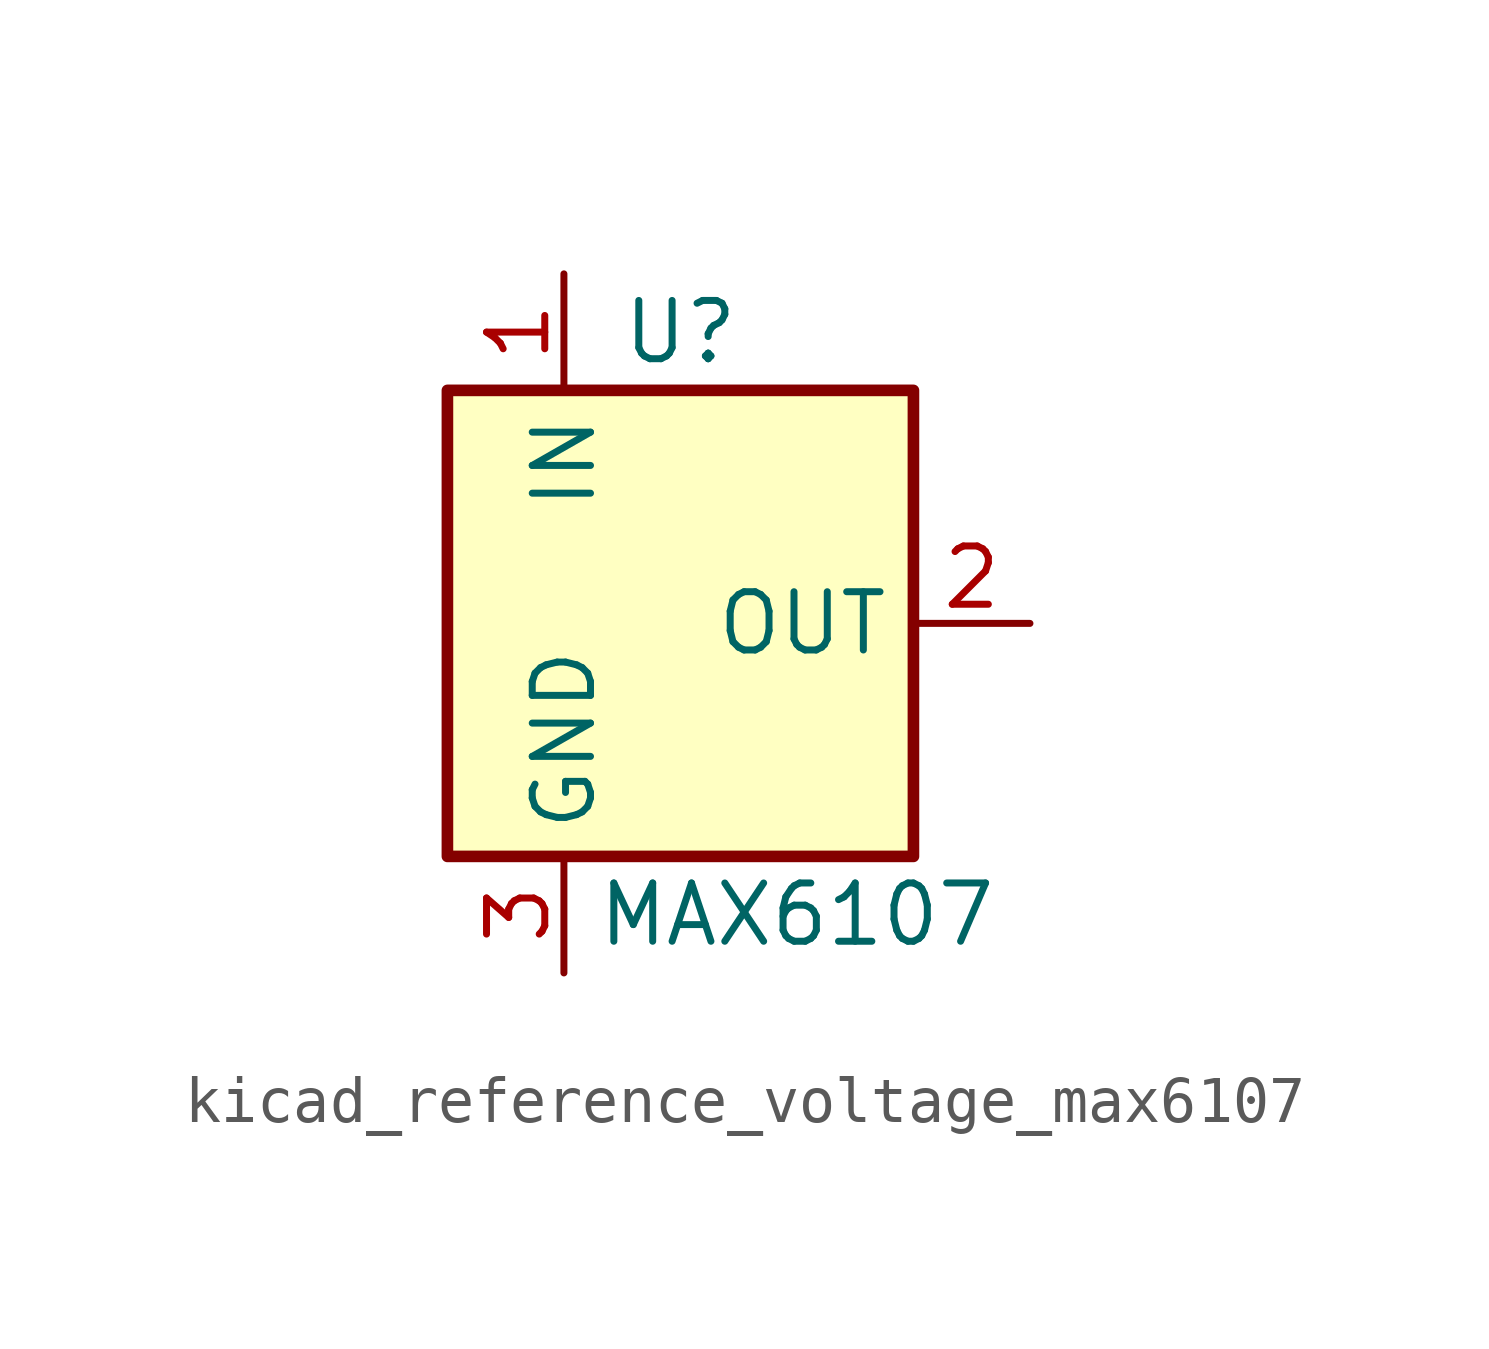
<source format=kicad_sym>
(kicad_symbol_lib
  (version 20220914)
  (generator kicad_symbol_editor)
  (symbol "kicad_reference_voltage_max6107"
    (property "Reference" "U"
      (at 0 6.35 0)
      (effects (font (size 1.27 1.27))))
    (property "Value" "MAX6107"
      (at 2.54 -6.35 0)
      (effects (font (size 1.27 1.27))))
    (symbol "kicad_reference_voltage_max6107_0_1"
      (rectangle (start -5.08 5.08) (end 5.08 -5.08) (stroke (width 0.254) (type default)) (fill (type background))))
    (symbol "kicad_reference_voltage_max6107_1_1"
      (pin power_in line (at -2.54 7.62 270) (length 2.54) (name "IN" (effects (font (size 1.27 1.27)))) (number "1" (effects (font (size 1.27 1.27)))))
      (pin power_out line (at 7.62 0 180) (length 2.54) (name "OUT" (effects (font (size 1.27 1.27)))) (number "2" (effects (font (size 1.27 1.27)))))
      (pin power_in line (at -2.54 -7.62 90) (length 2.54) (name "GND" (effects (font (size 1.27 1.27)))) (number "3" (effects (font (size 1.27 1.27))))))))
</source>
